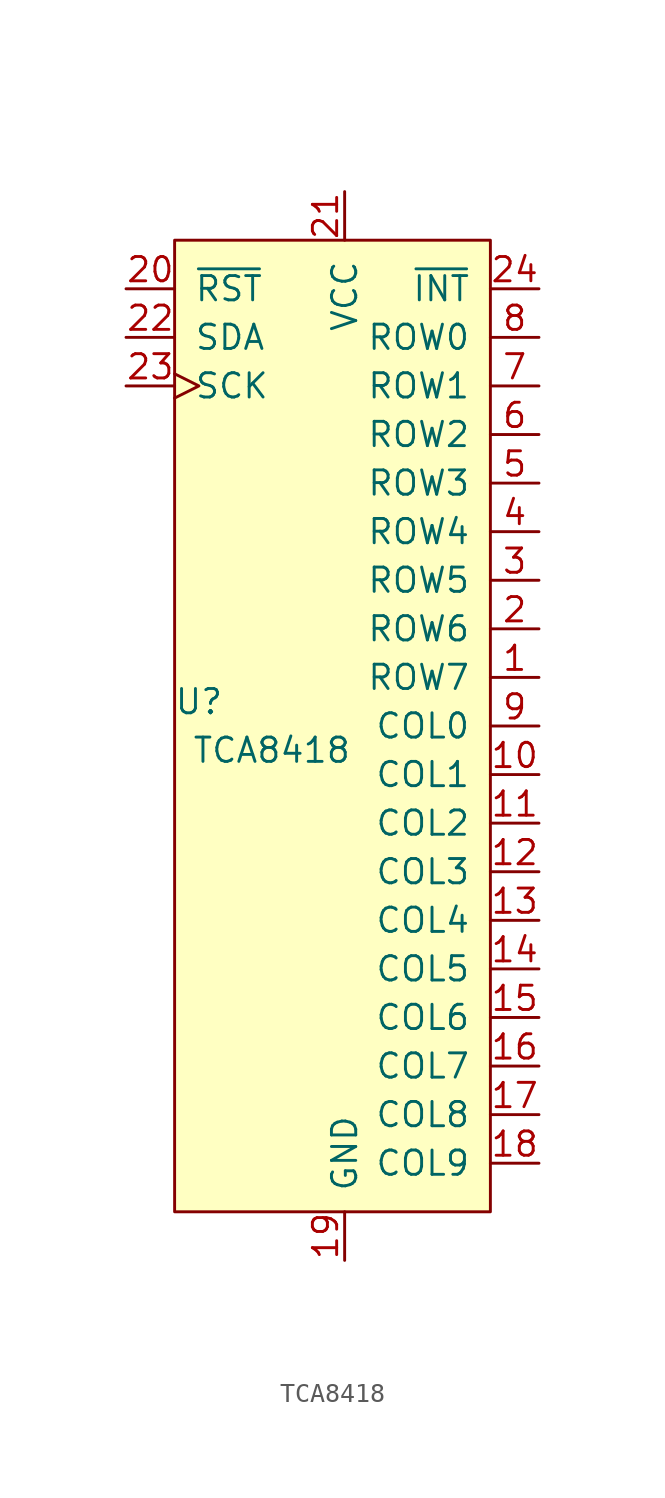
<source format=kicad_sym>
(kicad_symbol_lib
  (version 20211014)
  (generator kicad_symbol_editor)
  (symbol "TCA8418"
    (pin_names
      (offset 1.016))
    (property "Reference" "U"
      (at -7.62 2.54 0)
      (effects (font (size 1.27 1.27))))
    (property "Value" "TCA8418"
      (at -3.81 0 0)
      (effects (font (size 1.27 1.27))))
    (symbol "TCA8418_0_1"
      (rectangle (start -8.89 26.67) (end 7.62 -24.13) (stroke (width 0) (type default) (color 0 0 0 0)) (fill (type background))))
    (symbol "TCA8418_1_1"
      (pin bidirectional line (at 10.16 3.81 180) (length 2.54) (name "ROW7" (effects (font (size 1.27 1.27)))) (number "1" (effects (font (size 1.27 1.27)))))
      (pin bidirectional line (at 10.16 -1.27 180) (length 2.54) (name "COL1" (effects (font (size 1.27 1.27)))) (number "10" (effects (font (size 1.27 1.27)))))
      (pin bidirectional line (at 10.16 -3.81 180) (length 2.54) (name "COL2" (effects (font (size 1.27 1.27)))) (number "11" (effects (font (size 1.27 1.27)))))
      (pin bidirectional line (at 10.16 -6.35 180) (length 2.54) (name "COL3" (effects (font (size 1.27 1.27)))) (number "12" (effects (font (size 1.27 1.27)))))
      (pin bidirectional line (at 10.16 -8.89 180) (length 2.54) (name "COL4" (effects (font (size 1.27 1.27)))) (number "13" (effects (font (size 1.27 1.27)))))
      (pin bidirectional line (at 10.16 -11.43 180) (length 2.54) (name "COL5" (effects (font (size 1.27 1.27)))) (number "14" (effects (font (size 1.27 1.27)))))
      (pin bidirectional line (at 10.16 -13.97 180) (length 2.54) (name "COL6" (effects (font (size 1.27 1.27)))) (number "15" (effects (font (size 1.27 1.27)))))
      (pin bidirectional line (at 10.16 -16.51 180) (length 2.54) (name "COL7" (effects (font (size 1.27 1.27)))) (number "16" (effects (font (size 1.27 1.27)))))
      (pin bidirectional line (at 10.16 -19.05 180) (length 2.54) (name "COL8" (effects (font (size 1.27 1.27)))) (number "17" (effects (font (size 1.27 1.27)))))
      (pin bidirectional line (at 10.16 -21.59 180) (length 2.54) (name "COL9" (effects (font (size 1.27 1.27)))) (number "18" (effects (font (size 1.27 1.27)))))
      (pin power_in line (at 0 -26.67 90) (length 2.54) (name "GND" (effects (font (size 1.27 1.27)))) (number "19" (effects (font (size 1.27 1.27)))))
      (pin bidirectional line (at 10.16 6.35 180) (length 2.54) (name "ROW6" (effects (font (size 1.27 1.27)))) (number "2" (effects (font (size 1.27 1.27)))))
      (pin input line (at -11.43 24.13 0) (length 2.54) (name "~{RST}" (effects (font (size 1.27 1.27)))) (number "20" (effects (font (size 1.27 1.27)))))
      (pin power_in line (at 0 29.21 270) (length 2.54) (name "VCC" (effects (font (size 1.27 1.27)))) (number "21" (effects (font (size 1.27 1.27)))))
      (pin bidirectional line (at -11.43 21.59 0) (length 2.54) (name "SDA" (effects (font (size 1.27 1.27)))) (number "22" (effects (font (size 1.27 1.27)))))
      (pin input clock (at -11.43 19.05 0) (length 2.54) (name "SCK" (effects (font (size 1.27 1.27)))) (number "23" (effects (font (size 1.27 1.27)))))
      (pin output line (at 10.16 24.13 180) (length 2.54) (name "~{INT}" (effects (font (size 1.27 1.27)))) (number "24" (effects (font (size 1.27 1.27)))))
      (pin bidirectional line (at 10.16 8.89 180) (length 2.54) (name "ROW5" (effects (font (size 1.27 1.27)))) (number "3" (effects (font (size 1.27 1.27)))))
      (pin bidirectional line (at 10.16 11.43 180) (length 2.54) (name "ROW4" (effects (font (size 1.27 1.27)))) (number "4" (effects (font (size 1.27 1.27)))))
      (pin bidirectional line (at 10.16 13.97 180) (length 2.54) (name "ROW3" (effects (font (size 1.27 1.27)))) (number "5" (effects (font (size 1.27 1.27)))))
      (pin bidirectional line (at 10.16 16.51 180) (length 2.54) (name "ROW2" (effects (font (size 1.27 1.27)))) (number "6" (effects (font (size 1.27 1.27)))))
      (pin bidirectional line (at 10.16 19.05 180) (length 2.54) (name "ROW1" (effects (font (size 1.27 1.27)))) (number "7" (effects (font (size 1.27 1.27)))))
      (pin bidirectional line (at 10.16 21.59 180) (length 2.54) (name "ROW0" (effects (font (size 1.27 1.27)))) (number "8" (effects (font (size 1.27 1.27)))))
      (pin bidirectional line (at 10.16 1.27 180) (length 2.54) (name "COL0" (effects (font (size 1.27 1.27)))) (number "9" (effects (font (size 1.27 1.27))))))))
</source>
